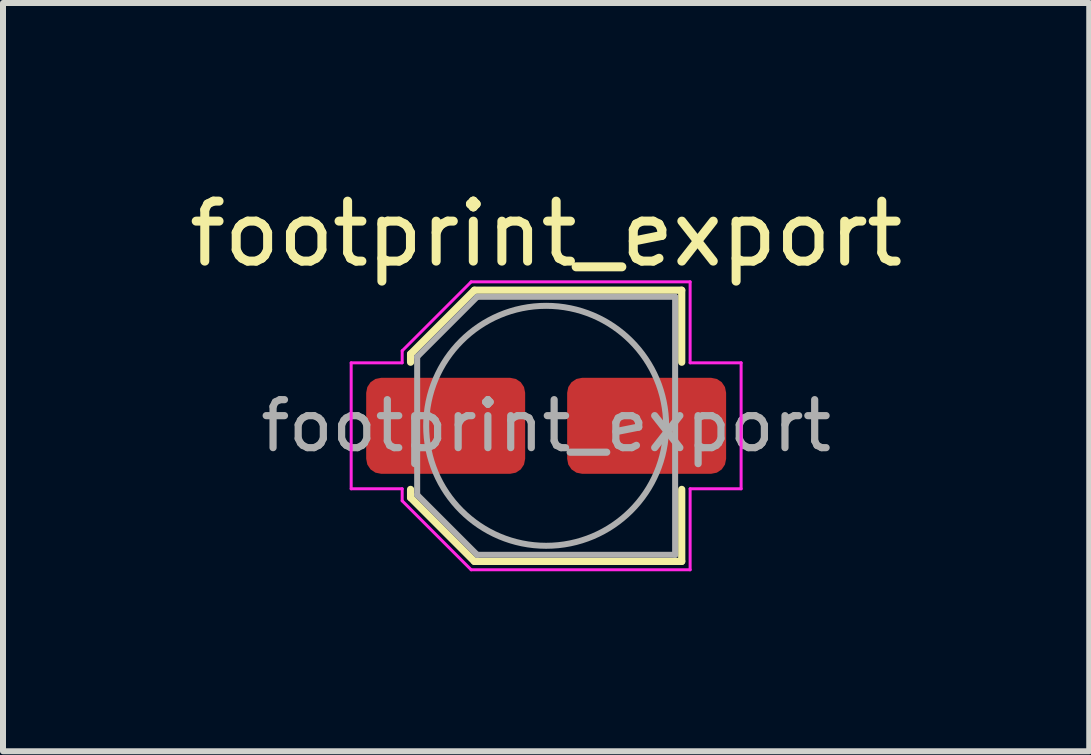
<source format=kicad_pcb>
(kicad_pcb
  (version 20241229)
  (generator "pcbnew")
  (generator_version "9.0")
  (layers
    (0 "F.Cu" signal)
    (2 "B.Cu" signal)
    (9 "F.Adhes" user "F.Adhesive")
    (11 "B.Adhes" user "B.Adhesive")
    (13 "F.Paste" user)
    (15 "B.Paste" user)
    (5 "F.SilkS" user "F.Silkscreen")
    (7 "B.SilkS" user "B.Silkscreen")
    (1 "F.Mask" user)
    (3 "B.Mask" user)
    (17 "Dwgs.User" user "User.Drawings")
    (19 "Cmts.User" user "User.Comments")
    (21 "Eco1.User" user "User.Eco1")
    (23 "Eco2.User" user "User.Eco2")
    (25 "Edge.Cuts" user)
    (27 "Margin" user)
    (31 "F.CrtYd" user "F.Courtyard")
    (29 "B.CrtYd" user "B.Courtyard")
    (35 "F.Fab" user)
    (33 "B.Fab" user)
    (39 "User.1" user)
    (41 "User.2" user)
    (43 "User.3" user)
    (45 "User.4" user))
  (footprint "footprint_export"
    (layer "F.Cu")
    (at 6.054 4.048)
    (property "Reference" "footprint_export" (at 0 -3.2 0) (layer "F.SilkS") (effects (font (size 1 1) (thickness 0.15))))
    (attr smd)
    (fp_line (start -2.26 -1.196) (end -2.26 -1.06) (stroke (width 0.12) (type solid)) (layer "F.SilkS"))
    (fp_line (start -2.26 -1.196) (end -1.196 -2.26) (stroke (width 0.12) (type solid)) (layer "F.SilkS"))
    (fp_line (start -2.26 1.196) (end -2.26 1.06) (stroke (width 0.12) (type solid)) (layer "F.SilkS"))
    (fp_line (start -2.26 1.196) (end -1.196 2.26) (stroke (width 0.12) (type solid)) (layer "F.SilkS"))
    (fp_line (start -1.196 -2.26) (end 2.26 -2.26) (stroke (width 0.12) (type solid)) (layer "F.SilkS"))
    (fp_line (start -1.196 2.26) (end 2.26 2.26) (stroke (width 0.12) (type solid)) (layer "F.SilkS"))
    (fp_line (start 2.26 -2.26) (end 2.26 -1.06) (stroke (width 0.12) (type solid)) (layer "F.SilkS"))
    (fp_line (start 2.26 2.26) (end 2.26 1.06) (stroke (width 0.12) (type solid)) (layer "F.SilkS"))
    (fp_line (start -3.25 -1.05) (end -3.25 1.05) (stroke (width 0.05) (type solid)) (layer "F.CrtYd"))
    (fp_line (start -3.25 1.05) (end -2.4 1.05) (stroke (width 0.05) (type solid)) (layer "F.CrtYd"))
    (fp_line (start -2.4 -1.25) (end -2.4 -1.05) (stroke (width 0.05) (type solid)) (layer "F.CrtYd"))
    (fp_line (start -2.4 -1.25) (end -1.25 -2.4) (stroke (width 0.05) (type solid)) (layer "F.CrtYd"))
    (fp_line (start -2.4 -1.05) (end -3.25 -1.05) (stroke (width 0.05) (type solid)) (layer "F.CrtYd"))
    (fp_line (start -2.4 1.05) (end -2.4 1.25) (stroke (width 0.05) (type solid)) (layer "F.CrtYd"))
    (fp_line (start -2.4 1.25) (end -1.25 2.4) (stroke (width 0.05) (type solid)) (layer "F.CrtYd"))
    (fp_line (start -1.25 -2.4) (end 2.4 -2.4) (stroke (width 0.05) (type solid)) (layer "F.CrtYd"))
    (fp_line (start -1.25 2.4) (end 2.4 2.4) (stroke (width 0.05) (type solid)) (layer "F.CrtYd"))
    (fp_line (start 2.4 -2.4) (end 2.4 -1.05) (stroke (width 0.05) (type solid)) (layer "F.CrtYd"))
    (fp_line (start 2.4 -1.05) (end 3.25 -1.05) (stroke (width 0.05) (type solid)) (layer "F.CrtYd"))
    (fp_line (start 2.4 1.05) (end 2.4 2.4) (stroke (width 0.05) (type solid)) (layer "F.CrtYd"))
    (fp_line (start 3.25 -1.05) (end 3.25 1.05) (stroke (width 0.05) (type solid)) (layer "F.CrtYd"))
    (fp_line (start 3.25 1.05) (end 2.4 1.05) (stroke (width 0.05) (type solid)) (layer "F.CrtYd"))
    (fp_line (start -2.15 -1.15) (end -2.15 1.15) (stroke (width 0.1) (type solid)) (layer "F.Fab"))
    (fp_line (start -2.15 -1.15) (end -1.15 -2.15) (stroke (width 0.1) (type solid)) (layer "F.Fab"))
    (fp_line (start -2.15 1.15) (end -1.15 2.15) (stroke (width 0.1) (type solid)) (layer "F.Fab"))
    (fp_line (start -1.15 -2.15) (end 2.15 -2.15) (stroke (width 0.1) (type solid)) (layer "F.Fab"))
    (fp_line (start -1.15 2.15) (end 2.15 2.15) (stroke (width 0.1) (type solid)) (layer "F.Fab"))
    (fp_line (start 2.15 -2.15) (end 2.15 2.15) (stroke (width 0.1) (type solid)) (layer "F.Fab"))
    (fp_circle (center 0 0) (end 2 0) (stroke (width 0.1) (type solid)) (fill no) (layer "F.Fab"))
    (fp_text user "${REFERENCE}" (at 0 0 0) (layer "F.Fab") (effects (font (size 0.8 0.8) (thickness 0.12))))
    (pad "1" smd roundrect (at -1.675 0) (size 2.65 1.6) (layers "F.Cu" "F.Mask" "F.Paste") (roundrect_rratio 0.156))
    (pad "2" smd roundrect (at 1.675 0) (size 2.65 1.6) (layers "F.Cu" "F.Mask" "F.Paste") (roundrect_rratio 0.156)))
  (gr_rect
    (start -3 -3)
    (end 15.107 9.473)
    (stroke (width 0.1) (type default))
    (fill no)
    (layer "Edge.Cuts")))
</source>
